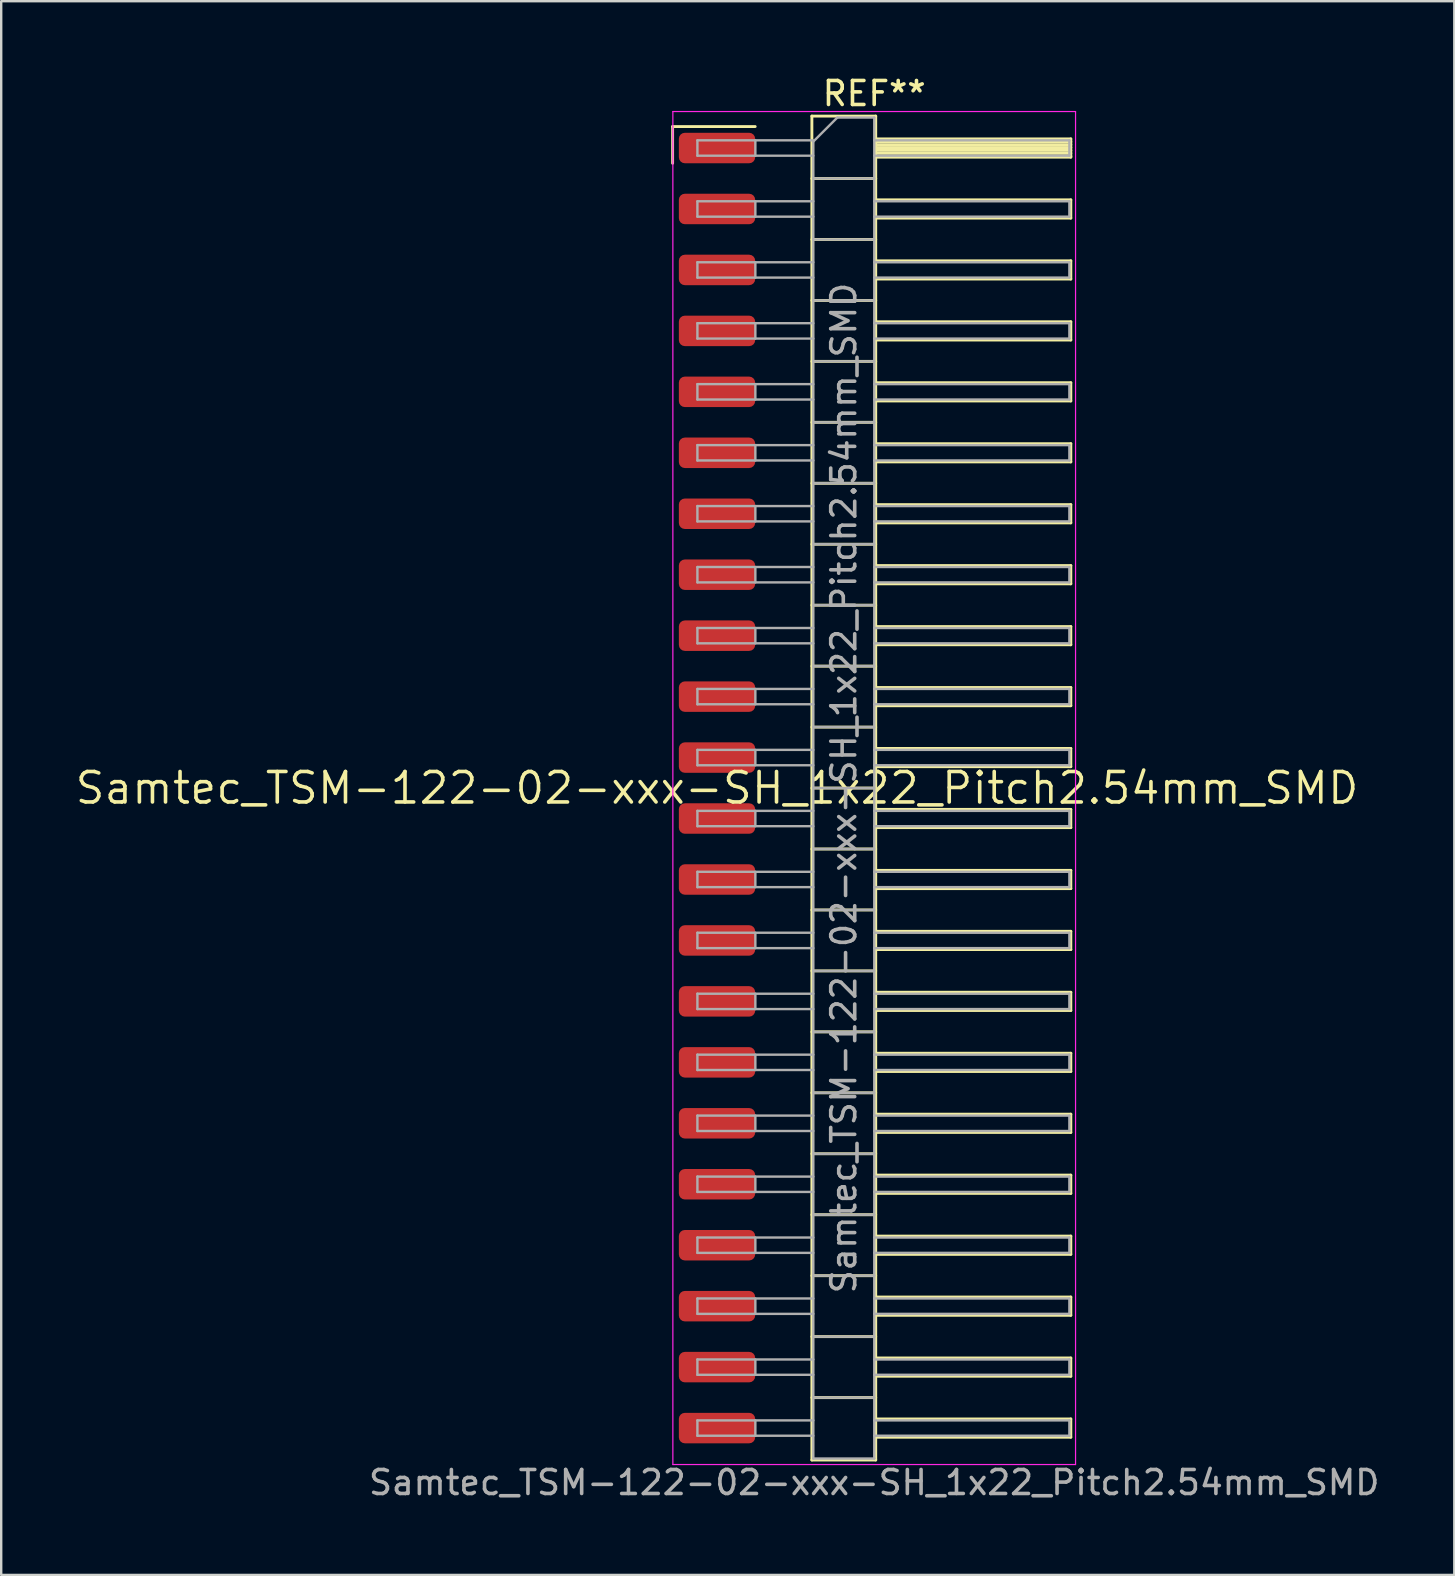
<source format=kicad_pcb>
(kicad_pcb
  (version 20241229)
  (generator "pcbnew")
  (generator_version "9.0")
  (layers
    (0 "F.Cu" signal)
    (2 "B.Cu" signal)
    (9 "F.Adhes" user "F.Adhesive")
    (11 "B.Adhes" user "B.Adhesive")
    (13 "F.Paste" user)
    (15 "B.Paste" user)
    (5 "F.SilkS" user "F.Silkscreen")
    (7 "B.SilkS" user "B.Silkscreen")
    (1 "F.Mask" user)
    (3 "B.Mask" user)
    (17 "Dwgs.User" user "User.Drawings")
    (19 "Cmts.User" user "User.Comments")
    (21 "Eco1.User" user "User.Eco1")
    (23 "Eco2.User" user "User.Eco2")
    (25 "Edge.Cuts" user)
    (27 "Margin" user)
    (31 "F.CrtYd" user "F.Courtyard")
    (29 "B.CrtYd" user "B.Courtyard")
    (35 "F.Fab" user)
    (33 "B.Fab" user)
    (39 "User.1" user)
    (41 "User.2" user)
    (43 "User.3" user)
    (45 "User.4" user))
  (footprint "Samtec_TSM-122-02-xxx-SH_1x22_Pitch2.54mm_SMD"
    (layer "F.Cu")
    (at 26.828 29.788)
    (property "Reference" "Samtec_TSM-122-02-xxx-SH_1x22_Pitch2.54mm_SMD" (at 0 0 0) (layer "F.SilkS") (effects (font (size 1.27 1.27) (thickness 0.15))))
    (attr smd)
    (fp_line (start -1.85 -27.565) (end 1.59 -27.565) (stroke (width 0.12) (type solid)) (layer "F.SilkS"))
    (fp_line (start -1.85 -26.035) (end -1.85 -27.565) (stroke (width 0.12) (type solid)) (layer "F.SilkS"))
    (fp_line (start 3.953 -28) (end 6.613 -28) (stroke (width 0.12) (type solid)) (layer "F.SilkS"))
    (fp_line (start 3.953 -25.4) (end 6.613 -25.4) (stroke (width 0.12) (type solid)) (layer "F.SilkS"))
    (fp_line (start 3.953 -22.86) (end 6.613 -22.86) (stroke (width 0.12) (type solid)) (layer "F.SilkS"))
    (fp_line (start 3.953 -20.32) (end 6.613 -20.32) (stroke (width 0.12) (type solid)) (layer "F.SilkS"))
    (fp_line (start 3.953 -17.78) (end 6.613 -17.78) (stroke (width 0.12) (type solid)) (layer "F.SilkS"))
    (fp_line (start 3.953 -15.24) (end 6.613 -15.24) (stroke (width 0.12) (type solid)) (layer "F.SilkS"))
    (fp_line (start 3.953 -12.7) (end 6.613 -12.7) (stroke (width 0.12) (type solid)) (layer "F.SilkS"))
    (fp_line (start 3.953 -10.16) (end 6.613 -10.16) (stroke (width 0.12) (type solid)) (layer "F.SilkS"))
    (fp_line (start 3.953 -7.62) (end 6.613 -7.62) (stroke (width 0.12) (type solid)) (layer "F.SilkS"))
    (fp_line (start 3.953 -5.08) (end 6.613 -5.08) (stroke (width 0.12) (type solid)) (layer "F.SilkS"))
    (fp_line (start 3.953 -2.54) (end 6.613 -2.54) (stroke (width 0.12) (type solid)) (layer "F.SilkS"))
    (fp_line (start 3.953 0) (end 6.613 0) (stroke (width 0.12) (type solid)) (layer "F.SilkS"))
    (fp_line (start 3.953 2.54) (end 6.613 2.54) (stroke (width 0.12) (type solid)) (layer "F.SilkS"))
    (fp_line (start 3.953 5.08) (end 6.613 5.08) (stroke (width 0.12) (type solid)) (layer "F.SilkS"))
    (fp_line (start 3.953 7.62) (end 6.613 7.62) (stroke (width 0.12) (type solid)) (layer "F.SilkS"))
    (fp_line (start 3.953 10.16) (end 6.613 10.16) (stroke (width 0.12) (type solid)) (layer "F.SilkS"))
    (fp_line (start 3.953 12.7) (end 6.613 12.7) (stroke (width 0.12) (type solid)) (layer "F.SilkS"))
    (fp_line (start 3.953 15.24) (end 6.613 15.24) (stroke (width 0.12) (type solid)) (layer "F.SilkS"))
    (fp_line (start 3.953 17.78) (end 6.613 17.78) (stroke (width 0.12) (type solid)) (layer "F.SilkS"))
    (fp_line (start 3.953 20.32) (end 6.613 20.32) (stroke (width 0.12) (type solid)) (layer "F.SilkS"))
    (fp_line (start 3.953 22.86) (end 6.613 22.86) (stroke (width 0.12) (type solid)) (layer "F.SilkS"))
    (fp_line (start 3.953 25.4) (end 6.613 25.4) (stroke (width 0.12) (type solid)) (layer "F.SilkS"))
    (fp_line (start 3.953 28) (end 3.953 -28) (stroke (width 0.12) (type solid)) (layer "F.SilkS"))
    (fp_line (start 6.613 -28) (end 6.613 28) (stroke (width 0.12) (type solid)) (layer "F.SilkS"))
    (fp_line (start 6.613 -27.05) (end 14.743 -27.05) (stroke (width 0.12) (type solid)) (layer "F.SilkS"))
    (fp_line (start 6.613 -26.93) (end 14.743 -26.93) (stroke (width 0.12) (type solid)) (layer "F.SilkS"))
    (fp_line (start 6.613 -26.81) (end 14.743 -26.81) (stroke (width 0.12) (type solid)) (layer "F.SilkS"))
    (fp_line (start 6.613 -26.69) (end 14.743 -26.69) (stroke (width 0.12) (type solid)) (layer "F.SilkS"))
    (fp_line (start 6.613 -26.57) (end 14.743 -26.57) (stroke (width 0.12) (type solid)) (layer "F.SilkS"))
    (fp_line (start 6.613 -26.45) (end 14.743 -26.45) (stroke (width 0.12) (type solid)) (layer "F.SilkS"))
    (fp_line (start 6.613 -26.33) (end 14.743 -26.33) (stroke (width 0.12) (type solid)) (layer "F.SilkS"))
    (fp_line (start 6.613 -26.29) (end 14.743 -26.29) (stroke (width 0.12) (type solid)) (layer "F.SilkS"))
    (fp_line (start 6.613 -24.51) (end 14.743 -24.51) (stroke (width 0.12) (type solid)) (layer "F.SilkS"))
    (fp_line (start 6.613 -23.75) (end 14.743 -23.75) (stroke (width 0.12) (type solid)) (layer "F.SilkS"))
    (fp_line (start 6.613 -21.97) (end 14.743 -21.97) (stroke (width 0.12) (type solid)) (layer "F.SilkS"))
    (fp_line (start 6.613 -21.21) (end 14.743 -21.21) (stroke (width 0.12) (type solid)) (layer "F.SilkS"))
    (fp_line (start 6.613 -19.43) (end 14.743 -19.43) (stroke (width 0.12) (type solid)) (layer "F.SilkS"))
    (fp_line (start 6.613 -18.67) (end 14.743 -18.67) (stroke (width 0.12) (type solid)) (layer "F.SilkS"))
    (fp_line (start 6.613 -16.89) (end 14.743 -16.89) (stroke (width 0.12) (type solid)) (layer "F.SilkS"))
    (fp_line (start 6.613 -16.13) (end 14.743 -16.13) (stroke (width 0.12) (type solid)) (layer "F.SilkS"))
    (fp_line (start 6.613 -14.35) (end 14.743 -14.35) (stroke (width 0.12) (type solid)) (layer "F.SilkS"))
    (fp_line (start 6.613 -13.59) (end 14.743 -13.59) (stroke (width 0.12) (type solid)) (layer "F.SilkS"))
    (fp_line (start 6.613 -11.81) (end 14.743 -11.81) (stroke (width 0.12) (type solid)) (layer "F.SilkS"))
    (fp_line (start 6.613 -11.05) (end 14.743 -11.05) (stroke (width 0.12) (type solid)) (layer "F.SilkS"))
    (fp_line (start 6.613 -9.27) (end 14.743 -9.27) (stroke (width 0.12) (type solid)) (layer "F.SilkS"))
    (fp_line (start 6.613 -8.51) (end 14.743 -8.51) (stroke (width 0.12) (type solid)) (layer "F.SilkS"))
    (fp_line (start 6.613 -6.73) (end 14.743 -6.73) (stroke (width 0.12) (type solid)) (layer "F.SilkS"))
    (fp_line (start 6.613 -5.97) (end 14.743 -5.97) (stroke (width 0.12) (type solid)) (layer "F.SilkS"))
    (fp_line (start 6.613 -4.19) (end 14.743 -4.19) (stroke (width 0.12) (type solid)) (layer "F.SilkS"))
    (fp_line (start 6.613 -3.43) (end 14.743 -3.43) (stroke (width 0.12) (type solid)) (layer "F.SilkS"))
    (fp_line (start 6.613 -1.65) (end 14.743 -1.65) (stroke (width 0.12) (type solid)) (layer "F.SilkS"))
    (fp_line (start 6.613 -0.89) (end 14.743 -0.89) (stroke (width 0.12) (type solid)) (layer "F.SilkS"))
    (fp_line (start 6.613 0.89) (end 14.743 0.89) (stroke (width 0.12) (type solid)) (layer "F.SilkS"))
    (fp_line (start 6.613 1.65) (end 14.743 1.65) (stroke (width 0.12) (type solid)) (layer "F.SilkS"))
    (fp_line (start 6.613 3.43) (end 14.743 3.43) (stroke (width 0.12) (type solid)) (layer "F.SilkS"))
    (fp_line (start 6.613 4.19) (end 14.743 4.19) (stroke (width 0.12) (type solid)) (layer "F.SilkS"))
    (fp_line (start 6.613 5.97) (end 14.743 5.97) (stroke (width 0.12) (type solid)) (layer "F.SilkS"))
    (fp_line (start 6.613 6.73) (end 14.743 6.73) (stroke (width 0.12) (type solid)) (layer "F.SilkS"))
    (fp_line (start 6.613 8.51) (end 14.743 8.51) (stroke (width 0.12) (type solid)) (layer "F.SilkS"))
    (fp_line (start 6.613 9.27) (end 14.743 9.27) (stroke (width 0.12) (type solid)) (layer "F.SilkS"))
    (fp_line (start 6.613 11.05) (end 14.743 11.05) (stroke (width 0.12) (type solid)) (layer "F.SilkS"))
    (fp_line (start 6.613 11.81) (end 14.743 11.81) (stroke (width 0.12) (type solid)) (layer "F.SilkS"))
    (fp_line (start 6.613 13.59) (end 14.743 13.59) (stroke (width 0.12) (type solid)) (layer "F.SilkS"))
    (fp_line (start 6.613 14.35) (end 14.743 14.35) (stroke (width 0.12) (type solid)) (layer "F.SilkS"))
    (fp_line (start 6.613 16.13) (end 14.743 16.13) (stroke (width 0.12) (type solid)) (layer "F.SilkS"))
    (fp_line (start 6.613 16.89) (end 14.743 16.89) (stroke (width 0.12) (type solid)) (layer "F.SilkS"))
    (fp_line (start 6.613 18.67) (end 14.743 18.67) (stroke (width 0.12) (type solid)) (layer "F.SilkS"))
    (fp_line (start 6.613 19.43) (end 14.743 19.43) (stroke (width 0.12) (type solid)) (layer "F.SilkS"))
    (fp_line (start 6.613 21.21) (end 14.743 21.21) (stroke (width 0.12) (type solid)) (layer "F.SilkS"))
    (fp_line (start 6.613 21.97) (end 14.743 21.97) (stroke (width 0.12) (type solid)) (layer "F.SilkS"))
    (fp_line (start 6.613 23.75) (end 14.743 23.75) (stroke (width 0.12) (type solid)) (layer "F.SilkS"))
    (fp_line (start 6.613 24.51) (end 14.743 24.51) (stroke (width 0.12) (type solid)) (layer "F.SilkS"))
    (fp_line (start 6.613 26.29) (end 14.743 26.29) (stroke (width 0.12) (type solid)) (layer "F.SilkS"))
    (fp_line (start 6.613 27.05) (end 14.743 27.05) (stroke (width 0.12) (type solid)) (layer "F.SilkS"))
    (fp_line (start 6.613 28) (end 3.953 28) (stroke (width 0.12) (type solid)) (layer "F.SilkS"))
    (fp_line (start 14.743 -27.05) (end 14.743 -26.29) (stroke (width 0.12) (type solid)) (layer "F.SilkS"))
    (fp_line (start 14.743 -24.51) (end 14.743 -23.75) (stroke (width 0.12) (type solid)) (layer "F.SilkS"))
    (fp_line (start 14.743 -21.97) (end 14.743 -21.21) (stroke (width 0.12) (type solid)) (layer "F.SilkS"))
    (fp_line (start 14.743 -19.43) (end 14.743 -18.67) (stroke (width 0.12) (type solid)) (layer "F.SilkS"))
    (fp_line (start 14.743 -16.89) (end 14.743 -16.13) (stroke (width 0.12) (type solid)) (layer "F.SilkS"))
    (fp_line (start 14.743 -14.35) (end 14.743 -13.59) (stroke (width 0.12) (type solid)) (layer "F.SilkS"))
    (fp_line (start 14.743 -11.81) (end 14.743 -11.05) (stroke (width 0.12) (type solid)) (layer "F.SilkS"))
    (fp_line (start 14.743 -9.27) (end 14.743 -8.51) (stroke (width 0.12) (type solid)) (layer "F.SilkS"))
    (fp_line (start 14.743 -6.73) (end 14.743 -5.97) (stroke (width 0.12) (type solid)) (layer "F.SilkS"))
    (fp_line (start 14.743 -4.19) (end 14.743 -3.43) (stroke (width 0.12) (type solid)) (layer "F.SilkS"))
    (fp_line (start 14.743 -1.65) (end 14.743 -0.89) (stroke (width 0.12) (type solid)) (layer "F.SilkS"))
    (fp_line (start 14.743 0.89) (end 14.743 1.65) (stroke (width 0.12) (type solid)) (layer "F.SilkS"))
    (fp_line (start 14.743 3.43) (end 14.743 4.19) (stroke (width 0.12) (type solid)) (layer "F.SilkS"))
    (fp_line (start 14.743 5.97) (end 14.743 6.73) (stroke (width 0.12) (type solid)) (layer "F.SilkS"))
    (fp_line (start 14.743 8.51) (end 14.743 9.27) (stroke (width 0.12) (type solid)) (layer "F.SilkS"))
    (fp_line (start 14.743 11.05) (end 14.743 11.81) (stroke (width 0.12) (type solid)) (layer "F.SilkS"))
    (fp_line (start 14.743 13.59) (end 14.743 14.35) (stroke (width 0.12) (type solid)) (layer "F.SilkS"))
    (fp_line (start 14.743 16.13) (end 14.743 16.89) (stroke (width 0.12) (type solid)) (layer "F.SilkS"))
    (fp_line (start 14.743 18.67) (end 14.743 19.43) (stroke (width 0.12) (type solid)) (layer "F.SilkS"))
    (fp_line (start 14.743 21.21) (end 14.743 21.97) (stroke (width 0.12) (type solid)) (layer "F.SilkS"))
    (fp_line (start 14.743 23.75) (end 14.743 24.51) (stroke (width 0.12) (type solid)) (layer "F.SilkS"))
    (fp_line (start 14.743 26.29) (end 14.743 27.05) (stroke (width 0.12) (type solid)) (layer "F.SilkS"))
    (fp_line (start -1.84 -28.19) (end 14.94 -28.19) (stroke (width 0.05) (type solid)) (layer "F.CrtYd"))
    (fp_line (start -1.84 28.19) (end -1.84 -28.19) (stroke (width 0.05) (type solid)) (layer "F.CrtYd"))
    (fp_line (start 14.94 -28.19) (end 14.94 28.19) (stroke (width 0.05) (type solid)) (layer "F.CrtYd"))
    (fp_line (start 14.94 28.19) (end -1.84 28.19) (stroke (width 0.05) (type solid)) (layer "F.CrtYd"))
    (fp_line (start -0.817 -26.99) (end -0.817 -26.35) (stroke (width 0.1) (type solid)) (layer "F.Fab"))
    (fp_line (start -0.817 -26.99) (end 4.013 -26.99) (stroke (width 0.1) (type solid)) (layer "F.Fab"))
    (fp_line (start -0.817 -26.35) (end 4.013 -26.35) (stroke (width 0.1) (type solid)) (layer "F.Fab"))
    (fp_line (start -0.817 -24.45) (end -0.817 -23.81) (stroke (width 0.1) (type solid)) (layer "F.Fab"))
    (fp_line (start -0.817 -24.45) (end 4.013 -24.45) (stroke (width 0.1) (type solid)) (layer "F.Fab"))
    (fp_line (start -0.817 -23.81) (end 4.013 -23.81) (stroke (width 0.1) (type solid)) (layer "F.Fab"))
    (fp_line (start -0.817 -21.91) (end -0.817 -21.27) (stroke (width 0.1) (type solid)) (layer "F.Fab"))
    (fp_line (start -0.817 -21.91) (end 4.013 -21.91) (stroke (width 0.1) (type solid)) (layer "F.Fab"))
    (fp_line (start -0.817 -21.27) (end 4.013 -21.27) (stroke (width 0.1) (type solid)) (layer "F.Fab"))
    (fp_line (start -0.817 -19.37) (end -0.817 -18.73) (stroke (width 0.1) (type solid)) (layer "F.Fab"))
    (fp_line (start -0.817 -19.37) (end 4.013 -19.37) (stroke (width 0.1) (type solid)) (layer "F.Fab"))
    (fp_line (start -0.817 -18.73) (end 4.013 -18.73) (stroke (width 0.1) (type solid)) (layer "F.Fab"))
    (fp_line (start -0.817 -16.83) (end -0.817 -16.19) (stroke (width 0.1) (type solid)) (layer "F.Fab"))
    (fp_line (start -0.817 -16.83) (end 4.013 -16.83) (stroke (width 0.1) (type solid)) (layer "F.Fab"))
    (fp_line (start -0.817 -16.19) (end 4.013 -16.19) (stroke (width 0.1) (type solid)) (layer "F.Fab"))
    (fp_line (start -0.817 -14.29) (end -0.817 -13.65) (stroke (width 0.1) (type solid)) (layer "F.Fab"))
    (fp_line (start -0.817 -14.29) (end 4.013 -14.29) (stroke (width 0.1) (type solid)) (layer "F.Fab"))
    (fp_line (start -0.817 -13.65) (end 4.013 -13.65) (stroke (width 0.1) (type solid)) (layer "F.Fab"))
    (fp_line (start -0.817 -11.75) (end -0.817 -11.11) (stroke (width 0.1) (type solid)) (layer "F.Fab"))
    (fp_line (start -0.817 -11.75) (end 4.013 -11.75) (stroke (width 0.1) (type solid)) (layer "F.Fab"))
    (fp_line (start -0.817 -11.11) (end 4.013 -11.11) (stroke (width 0.1) (type solid)) (layer "F.Fab"))
    (fp_line (start -0.817 -9.21) (end -0.817 -8.57) (stroke (width 0.1) (type solid)) (layer "F.Fab"))
    (fp_line (start -0.817 -9.21) (end 4.013 -9.21) (stroke (width 0.1) (type solid)) (layer "F.Fab"))
    (fp_line (start -0.817 -8.57) (end 4.013 -8.57) (stroke (width 0.1) (type solid)) (layer "F.Fab"))
    (fp_line (start -0.817 -6.67) (end -0.817 -6.03) (stroke (width 0.1) (type solid)) (layer "F.Fab"))
    (fp_line (start -0.817 -6.67) (end 4.013 -6.67) (stroke (width 0.1) (type solid)) (layer "F.Fab"))
    (fp_line (start -0.817 -6.03) (end 4.013 -6.03) (stroke (width 0.1) (type solid)) (layer "F.Fab"))
    (fp_line (start -0.817 -4.13) (end -0.817 -3.49) (stroke (width 0.1) (type solid)) (layer "F.Fab"))
    (fp_line (start -0.817 -4.13) (end 4.013 -4.13) (stroke (width 0.1) (type solid)) (layer "F.Fab"))
    (fp_line (start -0.817 -3.49) (end 4.013 -3.49) (stroke (width 0.1) (type solid)) (layer "F.Fab"))
    (fp_line (start -0.817 -1.59) (end -0.817 -0.95) (stroke (width 0.1) (type solid)) (layer "F.Fab"))
    (fp_line (start -0.817 -1.59) (end 4.013 -1.59) (stroke (width 0.1) (type solid)) (layer "F.Fab"))
    (fp_line (start -0.817 -0.95) (end 4.013 -0.95) (stroke (width 0.1) (type solid)) (layer "F.Fab"))
    (fp_line (start -0.817 0.95) (end -0.817 1.59) (stroke (width 0.1) (type solid)) (layer "F.Fab"))
    (fp_line (start -0.817 0.95) (end 4.013 0.95) (stroke (width 0.1) (type solid)) (layer "F.Fab"))
    (fp_line (start -0.817 1.59) (end 4.013 1.59) (stroke (width 0.1) (type solid)) (layer "F.Fab"))
    (fp_line (start -0.817 3.49) (end -0.817 4.13) (stroke (width 0.1) (type solid)) (layer "F.Fab"))
    (fp_line (start -0.817 3.49) (end 4.013 3.49) (stroke (width 0.1) (type solid)) (layer "F.Fab"))
    (fp_line (start -0.817 4.13) (end 4.013 4.13) (stroke (width 0.1) (type solid)) (layer "F.Fab"))
    (fp_line (start -0.817 6.03) (end -0.817 6.67) (stroke (width 0.1) (type solid)) (layer "F.Fab"))
    (fp_line (start -0.817 6.03) (end 4.013 6.03) (stroke (width 0.1) (type solid)) (layer "F.Fab"))
    (fp_line (start -0.817 6.67) (end 4.013 6.67) (stroke (width 0.1) (type solid)) (layer "F.Fab"))
    (fp_line (start -0.817 8.57) (end -0.817 9.21) (stroke (width 0.1) (type solid)) (layer "F.Fab"))
    (fp_line (start -0.817 8.57) (end 4.013 8.57) (stroke (width 0.1) (type solid)) (layer "F.Fab"))
    (fp_line (start -0.817 9.21) (end 4.013 9.21) (stroke (width 0.1) (type solid)) (layer "F.Fab"))
    (fp_line (start -0.817 11.11) (end -0.817 11.75) (stroke (width 0.1) (type solid)) (layer "F.Fab"))
    (fp_line (start -0.817 11.11) (end 4.013 11.11) (stroke (width 0.1) (type solid)) (layer "F.Fab"))
    (fp_line (start -0.817 11.75) (end 4.013 11.75) (stroke (width 0.1) (type solid)) (layer "F.Fab"))
    (fp_line (start -0.817 13.65) (end -0.817 14.29) (stroke (width 0.1) (type solid)) (layer "F.Fab"))
    (fp_line (start -0.817 13.65) (end 4.013 13.65) (stroke (width 0.1) (type solid)) (layer "F.Fab"))
    (fp_line (start -0.817 14.29) (end 4.013 14.29) (stroke (width 0.1) (type solid)) (layer "F.Fab"))
    (fp_line (start -0.817 16.19) (end -0.817 16.83) (stroke (width 0.1) (type solid)) (layer "F.Fab"))
    (fp_line (start -0.817 16.19) (end 4.013 16.19) (stroke (width 0.1) (type solid)) (layer "F.Fab"))
    (fp_line (start -0.817 16.83) (end 4.013 16.83) (stroke (width 0.1) (type solid)) (layer "F.Fab"))
    (fp_line (start -0.817 18.73) (end -0.817 19.37) (stroke (width 0.1) (type solid)) (layer "F.Fab"))
    (fp_line (start -0.817 18.73) (end 4.013 18.73) (stroke (width 0.1) (type solid)) (layer "F.Fab"))
    (fp_line (start -0.817 19.37) (end 4.013 19.37) (stroke (width 0.1) (type solid)) (layer "F.Fab"))
    (fp_line (start -0.817 21.27) (end -0.817 21.91) (stroke (width 0.1) (type solid)) (layer "F.Fab"))
    (fp_line (start -0.817 21.27) (end 4.013 21.27) (stroke (width 0.1) (type solid)) (layer "F.Fab"))
    (fp_line (start -0.817 21.91) (end 4.013 21.91) (stroke (width 0.1) (type solid)) (layer "F.Fab"))
    (fp_line (start -0.817 23.81) (end -0.817 24.45) (stroke (width 0.1) (type solid)) (layer "F.Fab"))
    (fp_line (start -0.817 23.81) (end 4.013 23.81) (stroke (width 0.1) (type solid)) (layer "F.Fab"))
    (fp_line (start -0.817 24.45) (end 4.013 24.45) (stroke (width 0.1) (type solid)) (layer "F.Fab"))
    (fp_line (start -0.817 26.35) (end -0.817 26.99) (stroke (width 0.1) (type solid)) (layer "F.Fab"))
    (fp_line (start -0.817 26.35) (end 4.013 26.35) (stroke (width 0.1) (type solid)) (layer "F.Fab"))
    (fp_line (start -0.817 26.99) (end 4.013 26.99) (stroke (width 0.1) (type solid)) (layer "F.Fab"))
    (fp_line (start 1.598 -26.99) (end 1.598 -26.35) (stroke (width 0.1) (type solid)) (layer "F.Fab"))
    (fp_line (start 1.598 -24.45) (end 1.598 -23.81) (stroke (width 0.1) (type solid)) (layer "F.Fab"))
    (fp_line (start 1.598 -21.91) (end 1.598 -21.27) (stroke (width 0.1) (type solid)) (layer "F.Fab"))
    (fp_line (start 1.598 -19.37) (end 1.598 -18.73) (stroke (width 0.1) (type solid)) (layer "F.Fab"))
    (fp_line (start 1.598 -16.83) (end 1.598 -16.19) (stroke (width 0.1) (type solid)) (layer "F.Fab"))
    (fp_line (start 1.598 -14.29) (end 1.598 -13.65) (stroke (width 0.1) (type solid)) (layer "F.Fab"))
    (fp_line (start 1.598 -11.75) (end 1.598 -11.11) (stroke (width 0.1) (type solid)) (layer "F.Fab"))
    (fp_line (start 1.598 -9.21) (end 1.598 -8.57) (stroke (width 0.1) (type solid)) (layer "F.Fab"))
    (fp_line (start 1.598 -6.67) (end 1.598 -6.03) (stroke (width 0.1) (type solid)) (layer "F.Fab"))
    (fp_line (start 1.598 -4.13) (end 1.598 -3.49) (stroke (width 0.1) (type solid)) (layer "F.Fab"))
    (fp_line (start 1.598 -1.59) (end 1.598 -0.95) (stroke (width 0.1) (type solid)) (layer "F.Fab"))
    (fp_line (start 1.598 0.95) (end 1.598 1.59) (stroke (width 0.1) (type solid)) (layer "F.Fab"))
    (fp_line (start 1.598 3.49) (end 1.598 4.13) (stroke (width 0.1) (type solid)) (layer "F.Fab"))
    (fp_line (start 1.598 6.03) (end 1.598 6.67) (stroke (width 0.1) (type solid)) (layer "F.Fab"))
    (fp_line (start 1.598 8.57) (end 1.598 9.21) (stroke (width 0.1) (type solid)) (layer "F.Fab"))
    (fp_line (start 1.598 11.11) (end 1.598 11.75) (stroke (width 0.1) (type solid)) (layer "F.Fab"))
    (fp_line (start 1.598 13.65) (end 1.598 14.29) (stroke (width 0.1) (type solid)) (layer "F.Fab"))
    (fp_line (start 1.598 16.19) (end 1.598 16.83) (stroke (width 0.1) (type solid)) (layer "F.Fab"))
    (fp_line (start 1.598 18.73) (end 1.598 19.37) (stroke (width 0.1) (type solid)) (layer "F.Fab"))
    (fp_line (start 1.598 21.27) (end 1.598 21.91) (stroke (width 0.1) (type solid)) (layer "F.Fab"))
    (fp_line (start 1.598 23.81) (end 1.598 24.45) (stroke (width 0.1) (type solid)) (layer "F.Fab"))
    (fp_line (start 1.598 26.35) (end 1.598 26.99) (stroke (width 0.1) (type solid)) (layer "F.Fab"))
    (fp_line (start 4.013 -26.94) (end 5.013 -27.94) (stroke (width 0.1) (type solid)) (layer "F.Fab"))
    (fp_line (start 4.013 -25.4) (end 6.553 -25.4) (stroke (width 0.1) (type solid)) (layer "F.Fab"))
    (fp_line (start 4.013 -22.86) (end 6.553 -22.86) (stroke (width 0.1) (type solid)) (layer "F.Fab"))
    (fp_line (start 4.013 -20.32) (end 6.553 -20.32) (stroke (width 0.1) (type solid)) (layer "F.Fab"))
    (fp_line (start 4.013 -17.78) (end 6.553 -17.78) (stroke (width 0.1) (type solid)) (layer "F.Fab"))
    (fp_line (start 4.013 -15.24) (end 6.553 -15.24) (stroke (width 0.1) (type solid)) (layer "F.Fab"))
    (fp_line (start 4.013 -12.7) (end 6.553 -12.7) (stroke (width 0.1) (type solid)) (layer "F.Fab"))
    (fp_line (start 4.013 -10.16) (end 6.553 -10.16) (stroke (width 0.1) (type solid)) (layer "F.Fab"))
    (fp_line (start 4.013 -7.62) (end 6.553 -7.62) (stroke (width 0.1) (type solid)) (layer "F.Fab"))
    (fp_line (start 4.013 -5.08) (end 6.553 -5.08) (stroke (width 0.1) (type solid)) (layer "F.Fab"))
    (fp_line (start 4.013 -2.54) (end 6.553 -2.54) (stroke (width 0.1) (type solid)) (layer "F.Fab"))
    (fp_line (start 4.013 0) (end 6.553 0) (stroke (width 0.1) (type solid)) (layer "F.Fab"))
    (fp_line (start 4.013 2.54) (end 6.553 2.54) (stroke (width 0.1) (type solid)) (layer "F.Fab"))
    (fp_line (start 4.013 5.08) (end 6.553 5.08) (stroke (width 0.1) (type solid)) (layer "F.Fab"))
    (fp_line (start 4.013 7.62) (end 6.553 7.62) (stroke (width 0.1) (type solid)) (layer "F.Fab"))
    (fp_line (start 4.013 10.16) (end 6.553 10.16) (stroke (width 0.1) (type solid)) (layer "F.Fab"))
    (fp_line (start 4.013 12.7) (end 6.553 12.7) (stroke (width 0.1) (type solid)) (layer "F.Fab"))
    (fp_line (start 4.013 15.24) (end 6.553 15.24) (stroke (width 0.1) (type solid)) (layer "F.Fab"))
    (fp_line (start 4.013 17.78) (end 6.553 17.78) (stroke (width 0.1) (type solid)) (layer "F.Fab"))
    (fp_line (start 4.013 20.32) (end 6.553 20.32) (stroke (width 0.1) (type solid)) (layer "F.Fab"))
    (fp_line (start 4.013 22.86) (end 6.553 22.86) (stroke (width 0.1) (type solid)) (layer "F.Fab"))
    (fp_line (start 4.013 25.4) (end 6.553 25.4) (stroke (width 0.1) (type solid)) (layer "F.Fab"))
    (fp_line (start 4.013 27.94) (end 4.013 -26.94) (stroke (width 0.1) (type solid)) (layer "F.Fab"))
    (fp_line (start 5.013 -27.94) (end 6.553 -27.94) (stroke (width 0.1) (type solid)) (layer "F.Fab"))
    (fp_line (start 6.553 -27.94) (end 6.553 27.94) (stroke (width 0.1) (type solid)) (layer "F.Fab"))
    (fp_line (start 6.553 -26.99) (end 14.683 -26.99) (stroke (width 0.1) (type solid)) (layer "F.Fab"))
    (fp_line (start 6.553 -26.35) (end 14.683 -26.35) (stroke (width 0.1) (type solid)) (layer "F.Fab"))
    (fp_line (start 6.553 -24.45) (end 14.683 -24.45) (stroke (width 0.1) (type solid)) (layer "F.Fab"))
    (fp_line (start 6.553 -23.81) (end 14.683 -23.81) (stroke (width 0.1) (type solid)) (layer "F.Fab"))
    (fp_line (start 6.553 -21.91) (end 14.683 -21.91) (stroke (width 0.1) (type solid)) (layer "F.Fab"))
    (fp_line (start 6.553 -21.27) (end 14.683 -21.27) (stroke (width 0.1) (type solid)) (layer "F.Fab"))
    (fp_line (start 6.553 -19.37) (end 14.683 -19.37) (stroke (width 0.1) (type solid)) (layer "F.Fab"))
    (fp_line (start 6.553 -18.73) (end 14.683 -18.73) (stroke (width 0.1) (type solid)) (layer "F.Fab"))
    (fp_line (start 6.553 -16.83) (end 14.683 -16.83) (stroke (width 0.1) (type solid)) (layer "F.Fab"))
    (fp_line (start 6.553 -16.19) (end 14.683 -16.19) (stroke (width 0.1) (type solid)) (layer "F.Fab"))
    (fp_line (start 6.553 -14.29) (end 14.683 -14.29) (stroke (width 0.1) (type solid)) (layer "F.Fab"))
    (fp_line (start 6.553 -13.65) (end 14.683 -13.65) (stroke (width 0.1) (type solid)) (layer "F.Fab"))
    (fp_line (start 6.553 -11.75) (end 14.683 -11.75) (stroke (width 0.1) (type solid)) (layer "F.Fab"))
    (fp_line (start 6.553 -11.11) (end 14.683 -11.11) (stroke (width 0.1) (type solid)) (layer "F.Fab"))
    (fp_line (start 6.553 -9.21) (end 14.683 -9.21) (stroke (width 0.1) (type solid)) (layer "F.Fab"))
    (fp_line (start 6.553 -8.57) (end 14.683 -8.57) (stroke (width 0.1) (type solid)) (layer "F.Fab"))
    (fp_line (start 6.553 -6.67) (end 14.683 -6.67) (stroke (width 0.1) (type solid)) (layer "F.Fab"))
    (fp_line (start 6.553 -6.03) (end 14.683 -6.03) (stroke (width 0.1) (type solid)) (layer "F.Fab"))
    (fp_line (start 6.553 -4.13) (end 14.683 -4.13) (stroke (width 0.1) (type solid)) (layer "F.Fab"))
    (fp_line (start 6.553 -3.49) (end 14.683 -3.49) (stroke (width 0.1) (type solid)) (layer "F.Fab"))
    (fp_line (start 6.553 -1.59) (end 14.683 -1.59) (stroke (width 0.1) (type solid)) (layer "F.Fab"))
    (fp_line (start 6.553 -0.95) (end 14.683 -0.95) (stroke (width 0.1) (type solid)) (layer "F.Fab"))
    (fp_line (start 6.553 0.95) (end 14.683 0.95) (stroke (width 0.1) (type solid)) (layer "F.Fab"))
    (fp_line (start 6.553 1.59) (end 14.683 1.59) (stroke (width 0.1) (type solid)) (layer "F.Fab"))
    (fp_line (start 6.553 3.49) (end 14.683 3.49) (stroke (width 0.1) (type solid)) (layer "F.Fab"))
    (fp_line (start 6.553 4.13) (end 14.683 4.13) (stroke (width 0.1) (type solid)) (layer "F.Fab"))
    (fp_line (start 6.553 6.03) (end 14.683 6.03) (stroke (width 0.1) (type solid)) (layer "F.Fab"))
    (fp_line (start 6.553 6.67) (end 14.683 6.67) (stroke (width 0.1) (type solid)) (layer "F.Fab"))
    (fp_line (start 6.553 8.57) (end 14.683 8.57) (stroke (width 0.1) (type solid)) (layer "F.Fab"))
    (fp_line (start 6.553 9.21) (end 14.683 9.21) (stroke (width 0.1) (type solid)) (layer "F.Fab"))
    (fp_line (start 6.553 11.11) (end 14.683 11.11) (stroke (width 0.1) (type solid)) (layer "F.Fab"))
    (fp_line (start 6.553 11.75) (end 14.683 11.75) (stroke (width 0.1) (type solid)) (layer "F.Fab"))
    (fp_line (start 6.553 13.65) (end 14.683 13.65) (stroke (width 0.1) (type solid)) (layer "F.Fab"))
    (fp_line (start 6.553 14.29) (end 14.683 14.29) (stroke (width 0.1) (type solid)) (layer "F.Fab"))
    (fp_line (start 6.553 16.19) (end 14.683 16.19) (stroke (width 0.1) (type solid)) (layer "F.Fab"))
    (fp_line (start 6.553 16.83) (end 14.683 16.83) (stroke (width 0.1) (type solid)) (layer "F.Fab"))
    (fp_line (start 6.553 18.73) (end 14.683 18.73) (stroke (width 0.1) (type solid)) (layer "F.Fab"))
    (fp_line (start 6.553 19.37) (end 14.683 19.37) (stroke (width 0.1) (type solid)) (layer "F.Fab"))
    (fp_line (start 6.553 21.27) (end 14.683 21.27) (stroke (width 0.1) (type solid)) (layer "F.Fab"))
    (fp_line (start 6.553 21.91) (end 14.683 21.91) (stroke (width 0.1) (type solid)) (layer "F.Fab"))
    (fp_line (start 6.553 23.81) (end 14.683 23.81) (stroke (width 0.1) (type solid)) (layer "F.Fab"))
    (fp_line (start 6.553 24.45) (end 14.683 24.45) (stroke (width 0.1) (type solid)) (layer "F.Fab"))
    (fp_line (start 6.553 26.35) (end 14.683 26.35) (stroke (width 0.1) (type solid)) (layer "F.Fab"))
    (fp_line (start 6.553 26.99) (end 14.683 26.99) (stroke (width 0.1) (type solid)) (layer "F.Fab"))
    (fp_line (start 6.553 27.94) (end 4.013 27.94) (stroke (width 0.1) (type solid)) (layer "F.Fab"))
    (fp_line (start 14.683 -26.99) (end 14.683 -26.35) (stroke (width 0.1) (type solid)) (layer "F.Fab"))
    (fp_line (start 14.683 -24.45) (end 14.683 -23.81) (stroke (width 0.1) (type solid)) (layer "F.Fab"))
    (fp_line (start 14.683 -21.91) (end 14.683 -21.27) (stroke (width 0.1) (type solid)) (layer "F.Fab"))
    (fp_line (start 14.683 -19.37) (end 14.683 -18.73) (stroke (width 0.1) (type solid)) (layer "F.Fab"))
    (fp_line (start 14.683 -16.83) (end 14.683 -16.19) (stroke (width 0.1) (type solid)) (layer "F.Fab"))
    (fp_line (start 14.683 -14.29) (end 14.683 -13.65) (stroke (width 0.1) (type solid)) (layer "F.Fab"))
    (fp_line (start 14.683 -11.75) (end 14.683 -11.11) (stroke (width 0.1) (type solid)) (layer "F.Fab"))
    (fp_line (start 14.683 -9.21) (end 14.683 -8.57) (stroke (width 0.1) (type solid)) (layer "F.Fab"))
    (fp_line (start 14.683 -6.67) (end 14.683 -6.03) (stroke (width 0.1) (type solid)) (layer "F.Fab"))
    (fp_line (start 14.683 -4.13) (end 14.683 -3.49) (stroke (width 0.1) (type solid)) (layer "F.Fab"))
    (fp_line (start 14.683 -1.59) (end 14.683 -0.95) (stroke (width 0.1) (type solid)) (layer "F.Fab"))
    (fp_line (start 14.683 0.95) (end 14.683 1.59) (stroke (width 0.1) (type solid)) (layer "F.Fab"))
    (fp_line (start 14.683 3.49) (end 14.683 4.13) (stroke (width 0.1) (type solid)) (layer "F.Fab"))
    (fp_line (start 14.683 6.03) (end 14.683 6.67) (stroke (width 0.1) (type solid)) (layer "F.Fab"))
    (fp_line (start 14.683 8.57) (end 14.683 9.21) (stroke (width 0.1) (type solid)) (layer "F.Fab"))
    (fp_line (start 14.683 11.11) (end 14.683 11.75) (stroke (width 0.1) (type solid)) (layer "F.Fab"))
    (fp_line (start 14.683 13.65) (end 14.683 14.29) (stroke (width 0.1) (type solid)) (layer "F.Fab"))
    (fp_line (start 14.683 16.19) (end 14.683 16.83) (stroke (width 0.1) (type solid)) (layer "F.Fab"))
    (fp_line (start 14.683 18.73) (end 14.683 19.37) (stroke (width 0.1) (type solid)) (layer "F.Fab"))
    (fp_line (start 14.683 21.27) (end 14.683 21.91) (stroke (width 0.1) (type solid)) (layer "F.Fab"))
    (fp_line (start 14.683 23.81) (end 14.683 24.45) (stroke (width 0.1) (type solid)) (layer "F.Fab"))
    (fp_line (start 14.683 26.35) (end 14.683 26.99) (stroke (width 0.1) (type solid)) (layer "F.Fab"))
    (fp_text user "REF**" (at 6.55 -28.94 0) (layer "F.SilkS") (effects (font (size 1 1) (thickness 0.15))))
    (fp_text user "Samtec_TSM-122-02-xxx-SH_1x22_Pitch2.54mm_SMD" (at 6.55 28.94 0) (layer "F.Fab") (effects (font (size 1 1) (thickness 0.15))))
    (fp_text user "${REFERENCE}" (at 5.283 0 90) (layer "F.Fab") (effects (font (size 1 1) (thickness 0.15))))
    (pad "1" smd roundrect (at 0 -26.67) (size 3.18 1.27) (layers "F.Cu" "F.Mask" "F.Paste") (roundrect_rratio 0.197))
    (pad "2" smd roundrect (at 0 -24.13) (size 3.18 1.27) (layers "F.Cu" "F.Mask" "F.Paste") (roundrect_rratio 0.197))
    (pad "3" smd roundrect (at 0 -21.59) (size 3.18 1.27) (layers "F.Cu" "F.Mask" "F.Paste") (roundrect_rratio 0.197))
    (pad "4" smd roundrect (at 0 -19.05) (size 3.18 1.27) (layers "F.Cu" "F.Mask" "F.Paste") (roundrect_rratio 0.197))
    (pad "5" smd roundrect (at 0 -16.51) (size 3.18 1.27) (layers "F.Cu" "F.Mask" "F.Paste") (roundrect_rratio 0.197))
    (pad "6" smd roundrect (at 0 -13.97) (size 3.18 1.27) (layers "F.Cu" "F.Mask" "F.Paste") (roundrect_rratio 0.197))
    (pad "7" smd roundrect (at 0 -11.43) (size 3.18 1.27) (layers "F.Cu" "F.Mask" "F.Paste") (roundrect_rratio 0.197))
    (pad "8" smd roundrect (at 0 -8.89) (size 3.18 1.27) (layers "F.Cu" "F.Mask" "F.Paste") (roundrect_rratio 0.197))
    (pad "9" smd roundrect (at 0 -6.35) (size 3.18 1.27) (layers "F.Cu" "F.Mask" "F.Paste") (roundrect_rratio 0.197))
    (pad "10" smd roundrect (at 0 -3.81) (size 3.18 1.27) (layers "F.Cu" "F.Mask" "F.Paste") (roundrect_rratio 0.197))
    (pad "11" smd roundrect (at 0 -1.27) (size 3.18 1.27) (layers "F.Cu" "F.Mask" "F.Paste") (roundrect_rratio 0.197))
    (pad "12" smd roundrect (at 0 1.27) (size 3.18 1.27) (layers "F.Cu" "F.Mask" "F.Paste") (roundrect_rratio 0.197))
    (pad "13" smd roundrect (at 0 3.81) (size 3.18 1.27) (layers "F.Cu" "F.Mask" "F.Paste") (roundrect_rratio 0.197))
    (pad "14" smd roundrect (at 0 6.35) (size 3.18 1.27) (layers "F.Cu" "F.Mask" "F.Paste") (roundrect_rratio 0.197))
    (pad "15" smd roundrect (at 0 8.89) (size 3.18 1.27) (layers "F.Cu" "F.Mask" "F.Paste") (roundrect_rratio 0.197))
    (pad "16" smd roundrect (at 0 11.43) (size 3.18 1.27) (layers "F.Cu" "F.Mask" "F.Paste") (roundrect_rratio 0.197))
    (pad "17" smd roundrect (at 0 13.97) (size 3.18 1.27) (layers "F.Cu" "F.Mask" "F.Paste") (roundrect_rratio 0.197))
    (pad "18" smd roundrect (at 0 16.51) (size 3.18 1.27) (layers "F.Cu" "F.Mask" "F.Paste") (roundrect_rratio 0.197))
    (pad "19" smd roundrect (at 0 19.05) (size 3.18 1.27) (layers "F.Cu" "F.Mask" "F.Paste") (roundrect_rratio 0.197))
    (pad "20" smd roundrect (at 0 21.59) (size 3.18 1.27) (layers "F.Cu" "F.Mask" "F.Paste") (roundrect_rratio 0.197))
    (pad "21" smd roundrect (at 0 24.13) (size 3.18 1.27) (layers "F.Cu" "F.Mask" "F.Paste") (roundrect_rratio 0.197))
    (pad "22" smd roundrect (at 0 26.67) (size 3.18 1.27) (layers "F.Cu" "F.Mask" "F.Paste") (roundrect_rratio 0.197)))
  (gr_rect
    (start -3 -3)
    (end 57.551 62.577)
    (stroke (width 0.1) (type default))
    (fill no)
    (layer "Edge.Cuts")))
</source>
